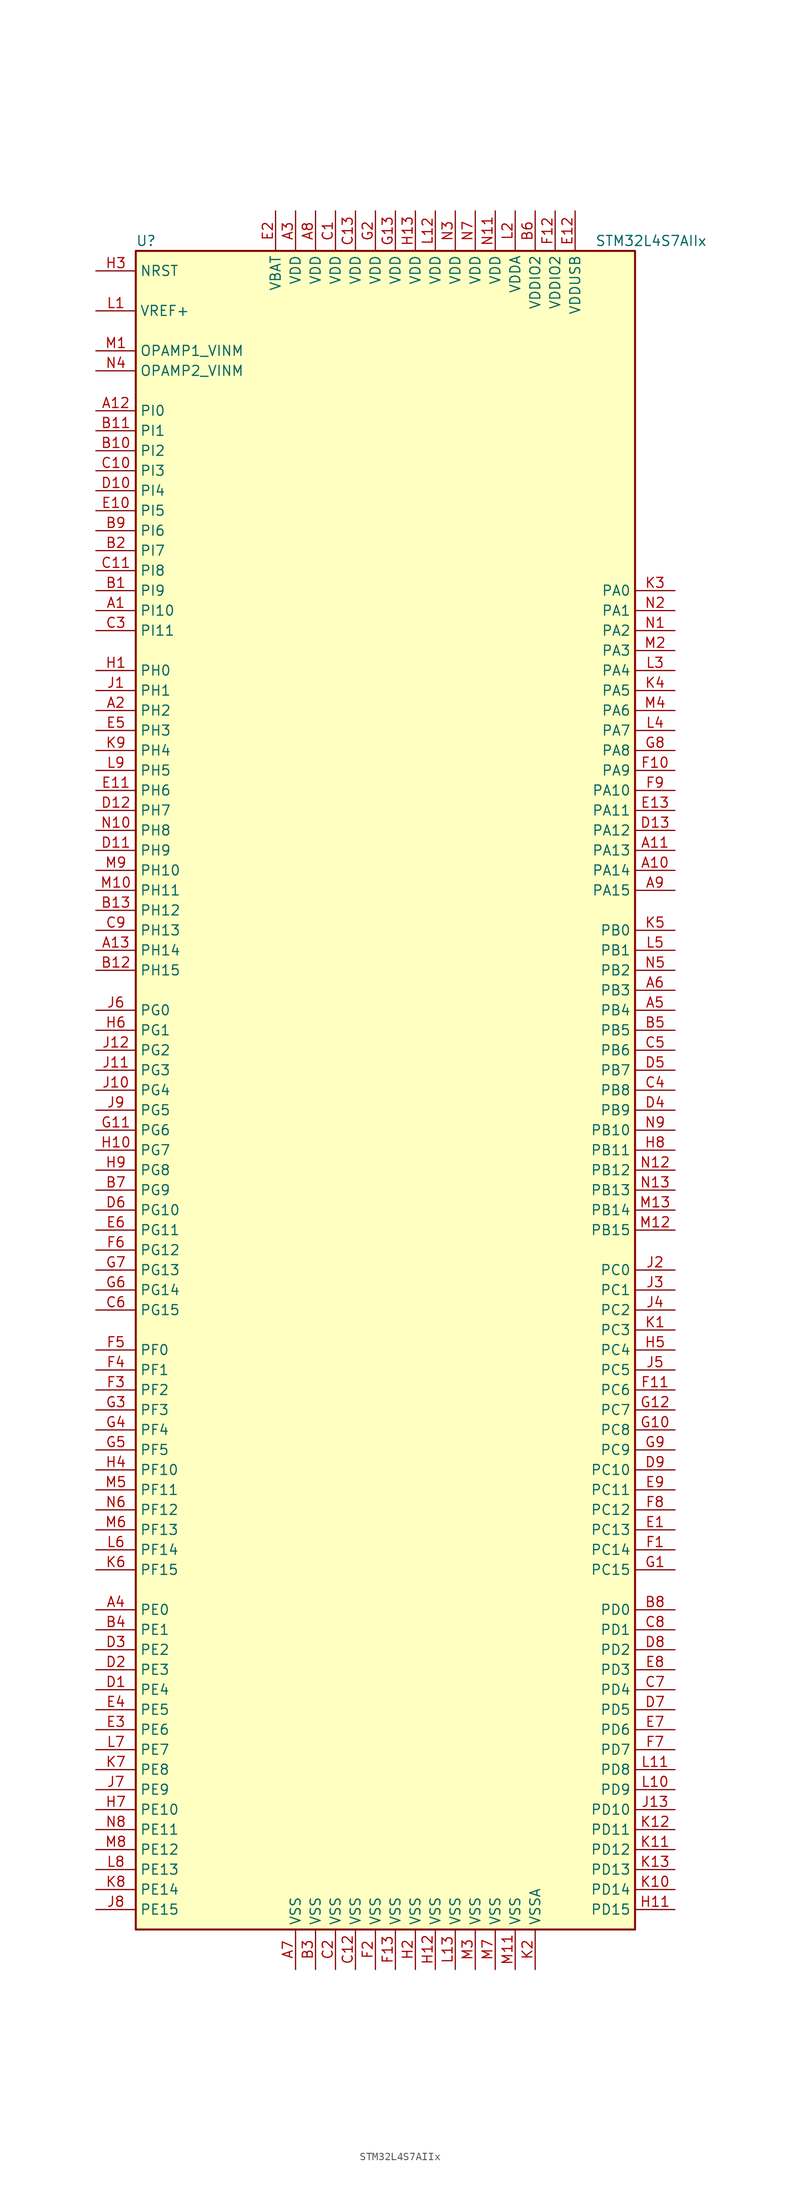
<source format=kicad_sym>
(kicad_symbol_lib
  (version 20201005)
  (generator kicad_symbol_editor)
  (symbol "STM32L4S7AIIx"
    (property "Reference" "U"
      (at -33.02 107.95 0)
      (effects (font (size 1.27 1.27)) (justify left)))
    (property "Value" "STM32L4S7AIIx"
      (at 25.4 107.95 0)
      (effects (font (size 1.27 1.27)) (justify left)))
    (symbol "STM32L4S7AIIx_0_1"
      (rectangle (start -33.02 -106.68) (end 30.48 106.68) (stroke (width 0.254)) (fill (type background))))
    (symbol "STM32L4S7AIIx_1_1"
      (pin input line (at -38.1 104.14 0) (length 5.08) (name "NRST" (effects (font (size 1.27 1.27)))) (number "H3" (effects (font (size 1.27 1.27)))))
      (pin bidirectional line (at -38.1 93.98 0) (length 5.08) (name "OPAMP1_VINM" (effects (font (size 1.27 1.27)))) (number "M1" (effects (font (size 1.27 1.27)))))
      (pin bidirectional line (at -38.1 91.44 0) (length 5.08) (name "OPAMP2_VINM" (effects (font (size 1.27 1.27)))) (number "N4" (effects (font (size 1.27 1.27)))))
      (pin bidirectional line (at 35.56 63.5 180) (length 5.08) (name "PA0" (effects (font (size 1.27 1.27)))) (number "K3" (effects (font (size 1.27 1.27)))))
      (pin bidirectional line (at 35.56 60.96 180) (length 5.08) (name "PA1" (effects (font (size 1.27 1.27)))) (number "N2" (effects (font (size 1.27 1.27)))))
      (pin bidirectional line (at 35.56 38.1 180) (length 5.08) (name "PA10" (effects (font (size 1.27 1.27)))) (number "F9" (effects (font (size 1.27 1.27)))))
      (pin bidirectional line (at 35.56 35.56 180) (length 5.08) (name "PA11" (effects (font (size 1.27 1.27)))) (number "E13" (effects (font (size 1.27 1.27)))))
      (pin bidirectional line (at 35.56 33.02 180) (length 5.08) (name "PA12" (effects (font (size 1.27 1.27)))) (number "D13" (effects (font (size 1.27 1.27)))))
      (pin bidirectional line (at 35.56 30.48 180) (length 5.08) (name "PA13" (effects (font (size 1.27 1.27)))) (number "A11" (effects (font (size 1.27 1.27)))))
      (pin bidirectional line (at 35.56 27.94 180) (length 5.08) (name "PA14" (effects (font (size 1.27 1.27)))) (number "A10" (effects (font (size 1.27 1.27)))))
      (pin bidirectional line (at 35.56 25.4 180) (length 5.08) (name "PA15" (effects (font (size 1.27 1.27)))) (number "A9" (effects (font (size 1.27 1.27)))))
      (pin bidirectional line (at 35.56 58.42 180) (length 5.08) (name "PA2" (effects (font (size 1.27 1.27)))) (number "N1" (effects (font (size 1.27 1.27)))))
      (pin bidirectional line (at 35.56 55.88 180) (length 5.08) (name "PA3" (effects (font (size 1.27 1.27)))) (number "M2" (effects (font (size 1.27 1.27)))))
      (pin bidirectional line (at 35.56 53.34 180) (length 5.08) (name "PA4" (effects (font (size 1.27 1.27)))) (number "L3" (effects (font (size 1.27 1.27)))))
      (pin bidirectional line (at 35.56 50.8 180) (length 5.08) (name "PA5" (effects (font (size 1.27 1.27)))) (number "K4" (effects (font (size 1.27 1.27)))))
      (pin bidirectional line (at 35.56 48.26 180) (length 5.08) (name "PA6" (effects (font (size 1.27 1.27)))) (number "M4" (effects (font (size 1.27 1.27)))))
      (pin bidirectional line (at 35.56 45.72 180) (length 5.08) (name "PA7" (effects (font (size 1.27 1.27)))) (number "L4" (effects (font (size 1.27 1.27)))))
      (pin bidirectional line (at 35.56 43.18 180) (length 5.08) (name "PA8" (effects (font (size 1.27 1.27)))) (number "G8" (effects (font (size 1.27 1.27)))))
      (pin bidirectional line (at 35.56 40.64 180) (length 5.08) (name "PA9" (effects (font (size 1.27 1.27)))) (number "F10" (effects (font (size 1.27 1.27)))))
      (pin bidirectional line (at 35.56 20.32 180) (length 5.08) (name "PB0" (effects (font (size 1.27 1.27)))) (number "K5" (effects (font (size 1.27 1.27)))))
      (pin bidirectional line (at 35.56 17.78 180) (length 5.08) (name "PB1" (effects (font (size 1.27 1.27)))) (number "L5" (effects (font (size 1.27 1.27)))))
      (pin bidirectional line (at 35.56 -5.08 180) (length 5.08) (name "PB10" (effects (font (size 1.27 1.27)))) (number "N9" (effects (font (size 1.27 1.27)))))
      (pin bidirectional line (at 35.56 -7.62 180) (length 5.08) (name "PB11" (effects (font (size 1.27 1.27)))) (number "H8" (effects (font (size 1.27 1.27)))))
      (pin bidirectional line (at 35.56 -10.16 180) (length 5.08) (name "PB12" (effects (font (size 1.27 1.27)))) (number "N12" (effects (font (size 1.27 1.27)))))
      (pin bidirectional line (at 35.56 -12.7 180) (length 5.08) (name "PB13" (effects (font (size 1.27 1.27)))) (number "N13" (effects (font (size 1.27 1.27)))))
      (pin bidirectional line (at 35.56 -15.24 180) (length 5.08) (name "PB14" (effects (font (size 1.27 1.27)))) (number "M13" (effects (font (size 1.27 1.27)))))
      (pin bidirectional line (at 35.56 -17.78 180) (length 5.08) (name "PB15" (effects (font (size 1.27 1.27)))) (number "M12" (effects (font (size 1.27 1.27)))))
      (pin bidirectional line (at 35.56 15.24 180) (length 5.08) (name "PB2" (effects (font (size 1.27 1.27)))) (number "N5" (effects (font (size 1.27 1.27)))))
      (pin bidirectional line (at 35.56 12.7 180) (length 5.08) (name "PB3" (effects (font (size 1.27 1.27)))) (number "A6" (effects (font (size 1.27 1.27)))))
      (pin bidirectional line (at 35.56 10.16 180) (length 5.08) (name "PB4" (effects (font (size 1.27 1.27)))) (number "A5" (effects (font (size 1.27 1.27)))))
      (pin bidirectional line (at 35.56 7.62 180) (length 5.08) (name "PB5" (effects (font (size 1.27 1.27)))) (number "B5" (effects (font (size 1.27 1.27)))))
      (pin bidirectional line (at 35.56 5.08 180) (length 5.08) (name "PB6" (effects (font (size 1.27 1.27)))) (number "C5" (effects (font (size 1.27 1.27)))))
      (pin bidirectional line (at 35.56 2.54 180) (length 5.08) (name "PB7" (effects (font (size 1.27 1.27)))) (number "D5" (effects (font (size 1.27 1.27)))))
      (pin bidirectional line (at 35.56 0 180) (length 5.08) (name "PB8" (effects (font (size 1.27 1.27)))) (number "C4" (effects (font (size 1.27 1.27)))))
      (pin bidirectional line (at 35.56 -2.54 180) (length 5.08) (name "PB9" (effects (font (size 1.27 1.27)))) (number "D4" (effects (font (size 1.27 1.27)))))
      (pin bidirectional line (at 35.56 -22.86 180) (length 5.08) (name "PC0" (effects (font (size 1.27 1.27)))) (number "J2" (effects (font (size 1.27 1.27)))))
      (pin bidirectional line (at 35.56 -25.4 180) (length 5.08) (name "PC1" (effects (font (size 1.27 1.27)))) (number "J3" (effects (font (size 1.27 1.27)))))
      (pin bidirectional line (at 35.56 -48.26 180) (length 5.08) (name "PC10" (effects (font (size 1.27 1.27)))) (number "D9" (effects (font (size 1.27 1.27)))))
      (pin bidirectional line (at 35.56 -50.8 180) (length 5.08) (name "PC11" (effects (font (size 1.27 1.27)))) (number "E9" (effects (font (size 1.27 1.27)))))
      (pin bidirectional line (at 35.56 -53.34 180) (length 5.08) (name "PC12" (effects (font (size 1.27 1.27)))) (number "F8" (effects (font (size 1.27 1.27)))))
      (pin bidirectional line (at 35.56 -55.88 180) (length 5.08) (name "PC13" (effects (font (size 1.27 1.27)))) (number "E1" (effects (font (size 1.27 1.27)))))
      (pin bidirectional line (at 35.56 -58.42 180) (length 5.08) (name "PC14" (effects (font (size 1.27 1.27)))) (number "F1" (effects (font (size 1.27 1.27)))))
      (pin bidirectional line (at 35.56 -60.96 180) (length 5.08) (name "PC15" (effects (font (size 1.27 1.27)))) (number "G1" (effects (font (size 1.27 1.27)))))
      (pin bidirectional line (at 35.56 -27.94 180) (length 5.08) (name "PC2" (effects (font (size 1.27 1.27)))) (number "J4" (effects (font (size 1.27 1.27)))))
      (pin bidirectional line (at 35.56 -30.48 180) (length 5.08) (name "PC3" (effects (font (size 1.27 1.27)))) (number "K1" (effects (font (size 1.27 1.27)))))
      (pin bidirectional line (at 35.56 -33.02 180) (length 5.08) (name "PC4" (effects (font (size 1.27 1.27)))) (number "H5" (effects (font (size 1.27 1.27)))))
      (pin bidirectional line (at 35.56 -35.56 180) (length 5.08) (name "PC5" (effects (font (size 1.27 1.27)))) (number "J5" (effects (font (size 1.27 1.27)))))
      (pin bidirectional line (at 35.56 -38.1 180) (length 5.08) (name "PC6" (effects (font (size 1.27 1.27)))) (number "F11" (effects (font (size 1.27 1.27)))))
      (pin bidirectional line (at 35.56 -40.64 180) (length 5.08) (name "PC7" (effects (font (size 1.27 1.27)))) (number "G12" (effects (font (size 1.27 1.27)))))
      (pin bidirectional line (at 35.56 -43.18 180) (length 5.08) (name "PC8" (effects (font (size 1.27 1.27)))) (number "G10" (effects (font (size 1.27 1.27)))))
      (pin bidirectional line (at 35.56 -45.72 180) (length 5.08) (name "PC9" (effects (font (size 1.27 1.27)))) (number "G9" (effects (font (size 1.27 1.27)))))
      (pin bidirectional line (at 35.56 -66.04 180) (length 5.08) (name "PD0" (effects (font (size 1.27 1.27)))) (number "B8" (effects (font (size 1.27 1.27)))))
      (pin bidirectional line (at 35.56 -68.58 180) (length 5.08) (name "PD1" (effects (font (size 1.27 1.27)))) (number "C8" (effects (font (size 1.27 1.27)))))
      (pin bidirectional line (at 35.56 -91.44 180) (length 5.08) (name "PD10" (effects (font (size 1.27 1.27)))) (number "J13" (effects (font (size 1.27 1.27)))))
      (pin bidirectional line (at 35.56 -93.98 180) (length 5.08) (name "PD11" (effects (font (size 1.27 1.27)))) (number "K12" (effects (font (size 1.27 1.27)))))
      (pin bidirectional line (at 35.56 -96.52 180) (length 5.08) (name "PD12" (effects (font (size 1.27 1.27)))) (number "K11" (effects (font (size 1.27 1.27)))))
      (pin bidirectional line (at 35.56 -99.06 180) (length 5.08) (name "PD13" (effects (font (size 1.27 1.27)))) (number "K13" (effects (font (size 1.27 1.27)))))
      (pin bidirectional line (at 35.56 -101.6 180) (length 5.08) (name "PD14" (effects (font (size 1.27 1.27)))) (number "K10" (effects (font (size 1.27 1.27)))))
      (pin bidirectional line (at 35.56 -104.14 180) (length 5.08) (name "PD15" (effects (font (size 1.27 1.27)))) (number "H11" (effects (font (size 1.27 1.27)))))
      (pin bidirectional line (at 35.56 -71.12 180) (length 5.08) (name "PD2" (effects (font (size 1.27 1.27)))) (number "D8" (effects (font (size 1.27 1.27)))))
      (pin bidirectional line (at 35.56 -73.66 180) (length 5.08) (name "PD3" (effects (font (size 1.27 1.27)))) (number "E8" (effects (font (size 1.27 1.27)))))
      (pin bidirectional line (at 35.56 -76.2 180) (length 5.08) (name "PD4" (effects (font (size 1.27 1.27)))) (number "C7" (effects (font (size 1.27 1.27)))))
      (pin bidirectional line (at 35.56 -78.74 180) (length 5.08) (name "PD5" (effects (font (size 1.27 1.27)))) (number "D7" (effects (font (size 1.27 1.27)))))
      (pin bidirectional line (at 35.56 -81.28 180) (length 5.08) (name "PD6" (effects (font (size 1.27 1.27)))) (number "E7" (effects (font (size 1.27 1.27)))))
      (pin bidirectional line (at 35.56 -83.82 180) (length 5.08) (name "PD7" (effects (font (size 1.27 1.27)))) (number "F7" (effects (font (size 1.27 1.27)))))
      (pin bidirectional line (at 35.56 -86.36 180) (length 5.08) (name "PD8" (effects (font (size 1.27 1.27)))) (number "L11" (effects (font (size 1.27 1.27)))))
      (pin bidirectional line (at 35.56 -88.9 180) (length 5.08) (name "PD9" (effects (font (size 1.27 1.27)))) (number "L10" (effects (font (size 1.27 1.27)))))
      (pin bidirectional line (at -38.1 -66.04 0) (length 5.08) (name "PE0" (effects (font (size 1.27 1.27)))) (number "A4" (effects (font (size 1.27 1.27)))))
      (pin bidirectional line (at -38.1 -68.58 0) (length 5.08) (name "PE1" (effects (font (size 1.27 1.27)))) (number "B4" (effects (font (size 1.27 1.27)))))
      (pin bidirectional line (at -38.1 -91.44 0) (length 5.08) (name "PE10" (effects (font (size 1.27 1.27)))) (number "H7" (effects (font (size 1.27 1.27)))))
      (pin bidirectional line (at -38.1 -93.98 0) (length 5.08) (name "PE11" (effects (font (size 1.27 1.27)))) (number "N8" (effects (font (size 1.27 1.27)))))
      (pin bidirectional line (at -38.1 -96.52 0) (length 5.08) (name "PE12" (effects (font (size 1.27 1.27)))) (number "M8" (effects (font (size 1.27 1.27)))))
      (pin bidirectional line (at -38.1 -99.06 0) (length 5.08) (name "PE13" (effects (font (size 1.27 1.27)))) (number "L8" (effects (font (size 1.27 1.27)))))
      (pin bidirectional line (at -38.1 -101.6 0) (length 5.08) (name "PE14" (effects (font (size 1.27 1.27)))) (number "K8" (effects (font (size 1.27 1.27)))))
      (pin bidirectional line (at -38.1 -104.14 0) (length 5.08) (name "PE15" (effects (font (size 1.27 1.27)))) (number "J8" (effects (font (size 1.27 1.27)))))
      (pin bidirectional line (at -38.1 -71.12 0) (length 5.08) (name "PE2" (effects (font (size 1.27 1.27)))) (number "D3" (effects (font (size 1.27 1.27)))))
      (pin bidirectional line (at -38.1 -73.66 0) (length 5.08) (name "PE3" (effects (font (size 1.27 1.27)))) (number "D2" (effects (font (size 1.27 1.27)))))
      (pin bidirectional line (at -38.1 -76.2 0) (length 5.08) (name "PE4" (effects (font (size 1.27 1.27)))) (number "D1" (effects (font (size 1.27 1.27)))))
      (pin bidirectional line (at -38.1 -78.74 0) (length 5.08) (name "PE5" (effects (font (size 1.27 1.27)))) (number "E4" (effects (font (size 1.27 1.27)))))
      (pin bidirectional line (at -38.1 -81.28 0) (length 5.08) (name "PE6" (effects (font (size 1.27 1.27)))) (number "E3" (effects (font (size 1.27 1.27)))))
      (pin bidirectional line (at -38.1 -83.82 0) (length 5.08) (name "PE7" (effects (font (size 1.27 1.27)))) (number "L7" (effects (font (size 1.27 1.27)))))
      (pin bidirectional line (at -38.1 -86.36 0) (length 5.08) (name "PE8" (effects (font (size 1.27 1.27)))) (number "K7" (effects (font (size 1.27 1.27)))))
      (pin bidirectional line (at -38.1 -88.9 0) (length 5.08) (name "PE9" (effects (font (size 1.27 1.27)))) (number "J7" (effects (font (size 1.27 1.27)))))
      (pin bidirectional line (at -38.1 -33.02 0) (length 5.08) (name "PF0" (effects (font (size 1.27 1.27)))) (number "F5" (effects (font (size 1.27 1.27)))))
      (pin bidirectional line (at -38.1 -35.56 0) (length 5.08) (name "PF1" (effects (font (size 1.27 1.27)))) (number "F4" (effects (font (size 1.27 1.27)))))
      (pin bidirectional line (at -38.1 -48.26 0) (length 5.08) (name "PF10" (effects (font (size 1.27 1.27)))) (number "H4" (effects (font (size 1.27 1.27)))))
      (pin bidirectional line (at -38.1 -50.8 0) (length 5.08) (name "PF11" (effects (font (size 1.27 1.27)))) (number "M5" (effects (font (size 1.27 1.27)))))
      (pin bidirectional line (at -38.1 -53.34 0) (length 5.08) (name "PF12" (effects (font (size 1.27 1.27)))) (number "N6" (effects (font (size 1.27 1.27)))))
      (pin bidirectional line (at -38.1 -55.88 0) (length 5.08) (name "PF13" (effects (font (size 1.27 1.27)))) (number "M6" (effects (font (size 1.27 1.27)))))
      (pin bidirectional line (at -38.1 -58.42 0) (length 5.08) (name "PF14" (effects (font (size 1.27 1.27)))) (number "L6" (effects (font (size 1.27 1.27)))))
      (pin bidirectional line (at -38.1 -60.96 0) (length 5.08) (name "PF15" (effects (font (size 1.27 1.27)))) (number "K6" (effects (font (size 1.27 1.27)))))
      (pin bidirectional line (at -38.1 -38.1 0) (length 5.08) (name "PF2" (effects (font (size 1.27 1.27)))) (number "F3" (effects (font (size 1.27 1.27)))))
      (pin bidirectional line (at -38.1 -40.64 0) (length 5.08) (name "PF3" (effects (font (size 1.27 1.27)))) (number "G3" (effects (font (size 1.27 1.27)))))
      (pin bidirectional line (at -38.1 -43.18 0) (length 5.08) (name "PF4" (effects (font (size 1.27 1.27)))) (number "G4" (effects (font (size 1.27 1.27)))))
      (pin bidirectional line (at -38.1 -45.72 0) (length 5.08) (name "PF5" (effects (font (size 1.27 1.27)))) (number "G5" (effects (font (size 1.27 1.27)))))
      (pin bidirectional line (at -38.1 10.16 0) (length 5.08) (name "PG0" (effects (font (size 1.27 1.27)))) (number "J6" (effects (font (size 1.27 1.27)))))
      (pin bidirectional line (at -38.1 7.62 0) (length 5.08) (name "PG1" (effects (font (size 1.27 1.27)))) (number "H6" (effects (font (size 1.27 1.27)))))
      (pin bidirectional line (at -38.1 -15.24 0) (length 5.08) (name "PG10" (effects (font (size 1.27 1.27)))) (number "D6" (effects (font (size 1.27 1.27)))))
      (pin bidirectional line (at -38.1 -17.78 0) (length 5.08) (name "PG11" (effects (font (size 1.27 1.27)))) (number "E6" (effects (font (size 1.27 1.27)))))
      (pin bidirectional line (at -38.1 -20.32 0) (length 5.08) (name "PG12" (effects (font (size 1.27 1.27)))) (number "F6" (effects (font (size 1.27 1.27)))))
      (pin bidirectional line (at -38.1 -22.86 0) (length 5.08) (name "PG13" (effects (font (size 1.27 1.27)))) (number "G7" (effects (font (size 1.27 1.27)))))
      (pin bidirectional line (at -38.1 -25.4 0) (length 5.08) (name "PG14" (effects (font (size 1.27 1.27)))) (number "G6" (effects (font (size 1.27 1.27)))))
      (pin bidirectional line (at -38.1 -27.94 0) (length 5.08) (name "PG15" (effects (font (size 1.27 1.27)))) (number "C6" (effects (font (size 1.27 1.27)))))
      (pin bidirectional line (at -38.1 5.08 0) (length 5.08) (name "PG2" (effects (font (size 1.27 1.27)))) (number "J12" (effects (font (size 1.27 1.27)))))
      (pin bidirectional line (at -38.1 2.54 0) (length 5.08) (name "PG3" (effects (font (size 1.27 1.27)))) (number "J11" (effects (font (size 1.27 1.27)))))
      (pin bidirectional line (at -38.1 0 0) (length 5.08) (name "PG4" (effects (font (size 1.27 1.27)))) (number "J10" (effects (font (size 1.27 1.27)))))
      (pin bidirectional line (at -38.1 -2.54 0) (length 5.08) (name "PG5" (effects (font (size 1.27 1.27)))) (number "J9" (effects (font (size 1.27 1.27)))))
      (pin bidirectional line (at -38.1 -5.08 0) (length 5.08) (name "PG6" (effects (font (size 1.27 1.27)))) (number "G11" (effects (font (size 1.27 1.27)))))
      (pin bidirectional line (at -38.1 -7.62 0) (length 5.08) (name "PG7" (effects (font (size 1.27 1.27)))) (number "H10" (effects (font (size 1.27 1.27)))))
      (pin bidirectional line (at -38.1 -10.16 0) (length 5.08) (name "PG8" (effects (font (size 1.27 1.27)))) (number "H9" (effects (font (size 1.27 1.27)))))
      (pin bidirectional line (at -38.1 -12.7 0) (length 5.08) (name "PG9" (effects (font (size 1.27 1.27)))) (number "B7" (effects (font (size 1.27 1.27)))))
      (pin input line (at -38.1 53.34 0) (length 5.08) (name "PH0" (effects (font (size 1.27 1.27)))) (number "H1" (effects (font (size 1.27 1.27)))))
      (pin input line (at -38.1 50.8 0) (length 5.08) (name "PH1" (effects (font (size 1.27 1.27)))) (number "J1" (effects (font (size 1.27 1.27)))))
      (pin bidirectional line (at -38.1 27.94 0) (length 5.08) (name "PH10" (effects (font (size 1.27 1.27)))) (number "M9" (effects (font (size 1.27 1.27)))))
      (pin bidirectional line (at -38.1 25.4 0) (length 5.08) (name "PH11" (effects (font (size 1.27 1.27)))) (number "M10" (effects (font (size 1.27 1.27)))))
      (pin bidirectional line (at -38.1 22.86 0) (length 5.08) (name "PH12" (effects (font (size 1.27 1.27)))) (number "B13" (effects (font (size 1.27 1.27)))))
      (pin bidirectional line (at -38.1 20.32 0) (length 5.08) (name "PH13" (effects (font (size 1.27 1.27)))) (number "C9" (effects (font (size 1.27 1.27)))))
      (pin bidirectional line (at -38.1 17.78 0) (length 5.08) (name "PH14" (effects (font (size 1.27 1.27)))) (number "A13" (effects (font (size 1.27 1.27)))))
      (pin bidirectional line (at -38.1 15.24 0) (length 5.08) (name "PH15" (effects (font (size 1.27 1.27)))) (number "B12" (effects (font (size 1.27 1.27)))))
      (pin bidirectional line (at -38.1 48.26 0) (length 5.08) (name "PH2" (effects (font (size 1.27 1.27)))) (number "A2" (effects (font (size 1.27 1.27)))))
      (pin bidirectional line (at -38.1 45.72 0) (length 5.08) (name "PH3" (effects (font (size 1.27 1.27)))) (number "E5" (effects (font (size 1.27 1.27)))))
      (pin bidirectional line (at -38.1 43.18 0) (length 5.08) (name "PH4" (effects (font (size 1.27 1.27)))) (number "K9" (effects (font (size 1.27 1.27)))))
      (pin bidirectional line (at -38.1 40.64 0) (length 5.08) (name "PH5" (effects (font (size 1.27 1.27)))) (number "L9" (effects (font (size 1.27 1.27)))))
      (pin bidirectional line (at -38.1 38.1 0) (length 5.08) (name "PH6" (effects (font (size 1.27 1.27)))) (number "E11" (effects (font (size 1.27 1.27)))))
      (pin bidirectional line (at -38.1 35.56 0) (length 5.08) (name "PH7" (effects (font (size 1.27 1.27)))) (number "D12" (effects (font (size 1.27 1.27)))))
      (pin bidirectional line (at -38.1 33.02 0) (length 5.08) (name "PH8" (effects (font (size 1.27 1.27)))) (number "N10" (effects (font (size 1.27 1.27)))))
      (pin bidirectional line (at -38.1 30.48 0) (length 5.08) (name "PH9" (effects (font (size 1.27 1.27)))) (number "D11" (effects (font (size 1.27 1.27)))))
      (pin bidirectional line (at -38.1 86.36 0) (length 5.08) (name "PI0" (effects (font (size 1.27 1.27)))) (number "A12" (effects (font (size 1.27 1.27)))))
      (pin bidirectional line (at -38.1 83.82 0) (length 5.08) (name "PI1" (effects (font (size 1.27 1.27)))) (number "B11" (effects (font (size 1.27 1.27)))))
      (pin bidirectional line (at -38.1 60.96 0) (length 5.08) (name "PI10" (effects (font (size 1.27 1.27)))) (number "A1" (effects (font (size 1.27 1.27)))))
      (pin bidirectional line (at -38.1 58.42 0) (length 5.08) (name "PI11" (effects (font (size 1.27 1.27)))) (number "C3" (effects (font (size 1.27 1.27)))))
      (pin bidirectional line (at -38.1 81.28 0) (length 5.08) (name "PI2" (effects (font (size 1.27 1.27)))) (number "B10" (effects (font (size 1.27 1.27)))))
      (pin bidirectional line (at -38.1 78.74 0) (length 5.08) (name "PI3" (effects (font (size 1.27 1.27)))) (number "C10" (effects (font (size 1.27 1.27)))))
      (pin bidirectional line (at -38.1 76.2 0) (length 5.08) (name "PI4" (effects (font (size 1.27 1.27)))) (number "D10" (effects (font (size 1.27 1.27)))))
      (pin bidirectional line (at -38.1 73.66 0) (length 5.08) (name "PI5" (effects (font (size 1.27 1.27)))) (number "E10" (effects (font (size 1.27 1.27)))))
      (pin bidirectional line (at -38.1 71.12 0) (length 5.08) (name "PI6" (effects (font (size 1.27 1.27)))) (number "B9" (effects (font (size 1.27 1.27)))))
      (pin bidirectional line (at -38.1 68.58 0) (length 5.08) (name "PI7" (effects (font (size 1.27 1.27)))) (number "B2" (effects (font (size 1.27 1.27)))))
      (pin bidirectional line (at -38.1 66.04 0) (length 5.08) (name "PI8" (effects (font (size 1.27 1.27)))) (number "C11" (effects (font (size 1.27 1.27)))))
      (pin bidirectional line (at -38.1 63.5 0) (length 5.08) (name "PI9" (effects (font (size 1.27 1.27)))) (number "B1" (effects (font (size 1.27 1.27)))))
      (pin power_in line (at -15.24 111.76 270) (length 5.08) (name "VBAT" (effects (font (size 1.27 1.27)))) (number "E2" (effects (font (size 1.27 1.27)))))
      (pin power_in line (at -12.7 111.76 270) (length 5.08) (name "VDD" (effects (font (size 1.27 1.27)))) (number "A3" (effects (font (size 1.27 1.27)))))
      (pin power_in line (at -10.16 111.76 270) (length 5.08) (name "VDD" (effects (font (size 1.27 1.27)))) (number "A8" (effects (font (size 1.27 1.27)))))
      (pin power_in line (at -7.62 111.76 270) (length 5.08) (name "VDD" (effects (font (size 1.27 1.27)))) (number "C1" (effects (font (size 1.27 1.27)))))
      (pin power_in line (at -5.08 111.76 270) (length 5.08) (name "VDD" (effects (font (size 1.27 1.27)))) (number "C13" (effects (font (size 1.27 1.27)))))
      (pin power_in line (at 0 111.76 270) (length 5.08) (name "VDD" (effects (font (size 1.27 1.27)))) (number "G13" (effects (font (size 1.27 1.27)))))
      (pin power_in line (at -2.54 111.76 270) (length 5.08) (name "VDD" (effects (font (size 1.27 1.27)))) (number "G2" (effects (font (size 1.27 1.27)))))
      (pin power_in line (at 2.54 111.76 270) (length 5.08) (name "VDD" (effects (font (size 1.27 1.27)))) (number "H13" (effects (font (size 1.27 1.27)))))
      (pin power_in line (at 5.08 111.76 270) (length 5.08) (name "VDD" (effects (font (size 1.27 1.27)))) (number "L12" (effects (font (size 1.27 1.27)))))
      (pin power_in line (at 12.7 111.76 270) (length 5.08) (name "VDD" (effects (font (size 1.27 1.27)))) (number "N11" (effects (font (size 1.27 1.27)))))
      (pin power_in line (at 7.62 111.76 270) (length 5.08) (name "VDD" (effects (font (size 1.27 1.27)))) (number "N3" (effects (font (size 1.27 1.27)))))
      (pin power_in line (at 10.16 111.76 270) (length 5.08) (name "VDD" (effects (font (size 1.27 1.27)))) (number "N7" (effects (font (size 1.27 1.27)))))
      (pin power_in line (at 15.24 111.76 270) (length 5.08) (name "VDDA" (effects (font (size 1.27 1.27)))) (number "L2" (effects (font (size 1.27 1.27)))))
      (pin power_in line (at 17.78 111.76 270) (length 5.08) (name "VDDIO2" (effects (font (size 1.27 1.27)))) (number "B6" (effects (font (size 1.27 1.27)))))
      (pin power_in line (at 20.32 111.76 270) (length 5.08) (name "VDDIO2" (effects (font (size 1.27 1.27)))) (number "F12" (effects (font (size 1.27 1.27)))))
      (pin power_in line (at 22.86 111.76 270) (length 5.08) (name "VDDUSB" (effects (font (size 1.27 1.27)))) (number "E12" (effects (font (size 1.27 1.27)))))
      (pin bidirectional line (at -38.1 99.06 0) (length 5.08) (name "VREF+" (effects (font (size 1.27 1.27)))) (number "L1" (effects (font (size 1.27 1.27)))))
      (pin power_in line (at -12.7 -111.76 90) (length 5.08) (name "VSS" (effects (font (size 1.27 1.27)))) (number "A7" (effects (font (size 1.27 1.27)))))
      (pin power_in line (at -10.16 -111.76 90) (length 5.08) (name "VSS" (effects (font (size 1.27 1.27)))) (number "B3" (effects (font (size 1.27 1.27)))))
      (pin power_in line (at -5.08 -111.76 90) (length 5.08) (name "VSS" (effects (font (size 1.27 1.27)))) (number "C12" (effects (font (size 1.27 1.27)))))
      (pin power_in line (at -7.62 -111.76 90) (length 5.08) (name "VSS" (effects (font (size 1.27 1.27)))) (number "C2" (effects (font (size 1.27 1.27)))))
      (pin power_in line (at 0 -111.76 90) (length 5.08) (name "VSS" (effects (font (size 1.27 1.27)))) (number "F13" (effects (font (size 1.27 1.27)))))
      (pin power_in line (at -2.54 -111.76 90) (length 5.08) (name "VSS" (effects (font (size 1.27 1.27)))) (number "F2" (effects (font (size 1.27 1.27)))))
      (pin power_in line (at 5.08 -111.76 90) (length 5.08) (name "VSS" (effects (font (size 1.27 1.27)))) (number "H12" (effects (font (size 1.27 1.27)))))
      (pin power_in line (at 2.54 -111.76 90) (length 5.08) (name "VSS" (effects (font (size 1.27 1.27)))) (number "H2" (effects (font (size 1.27 1.27)))))
      (pin power_in line (at 7.62 -111.76 90) (length 5.08) (name "VSS" (effects (font (size 1.27 1.27)))) (number "L13" (effects (font (size 1.27 1.27)))))
      (pin power_in line (at 15.24 -111.76 90) (length 5.08) (name "VSS" (effects (font (size 1.27 1.27)))) (number "M11" (effects (font (size 1.27 1.27)))))
      (pin power_in line (at 10.16 -111.76 90) (length 5.08) (name "VSS" (effects (font (size 1.27 1.27)))) (number "M3" (effects (font (size 1.27 1.27)))))
      (pin power_in line (at 12.7 -111.76 90) (length 5.08) (name "VSS" (effects (font (size 1.27 1.27)))) (number "M7" (effects (font (size 1.27 1.27)))))
      (pin power_in line (at 17.78 -111.76 90) (length 5.08) (name "VSSA" (effects (font (size 1.27 1.27)))) (number "K2" (effects (font (size 1.27 1.27))))))))
</source>
